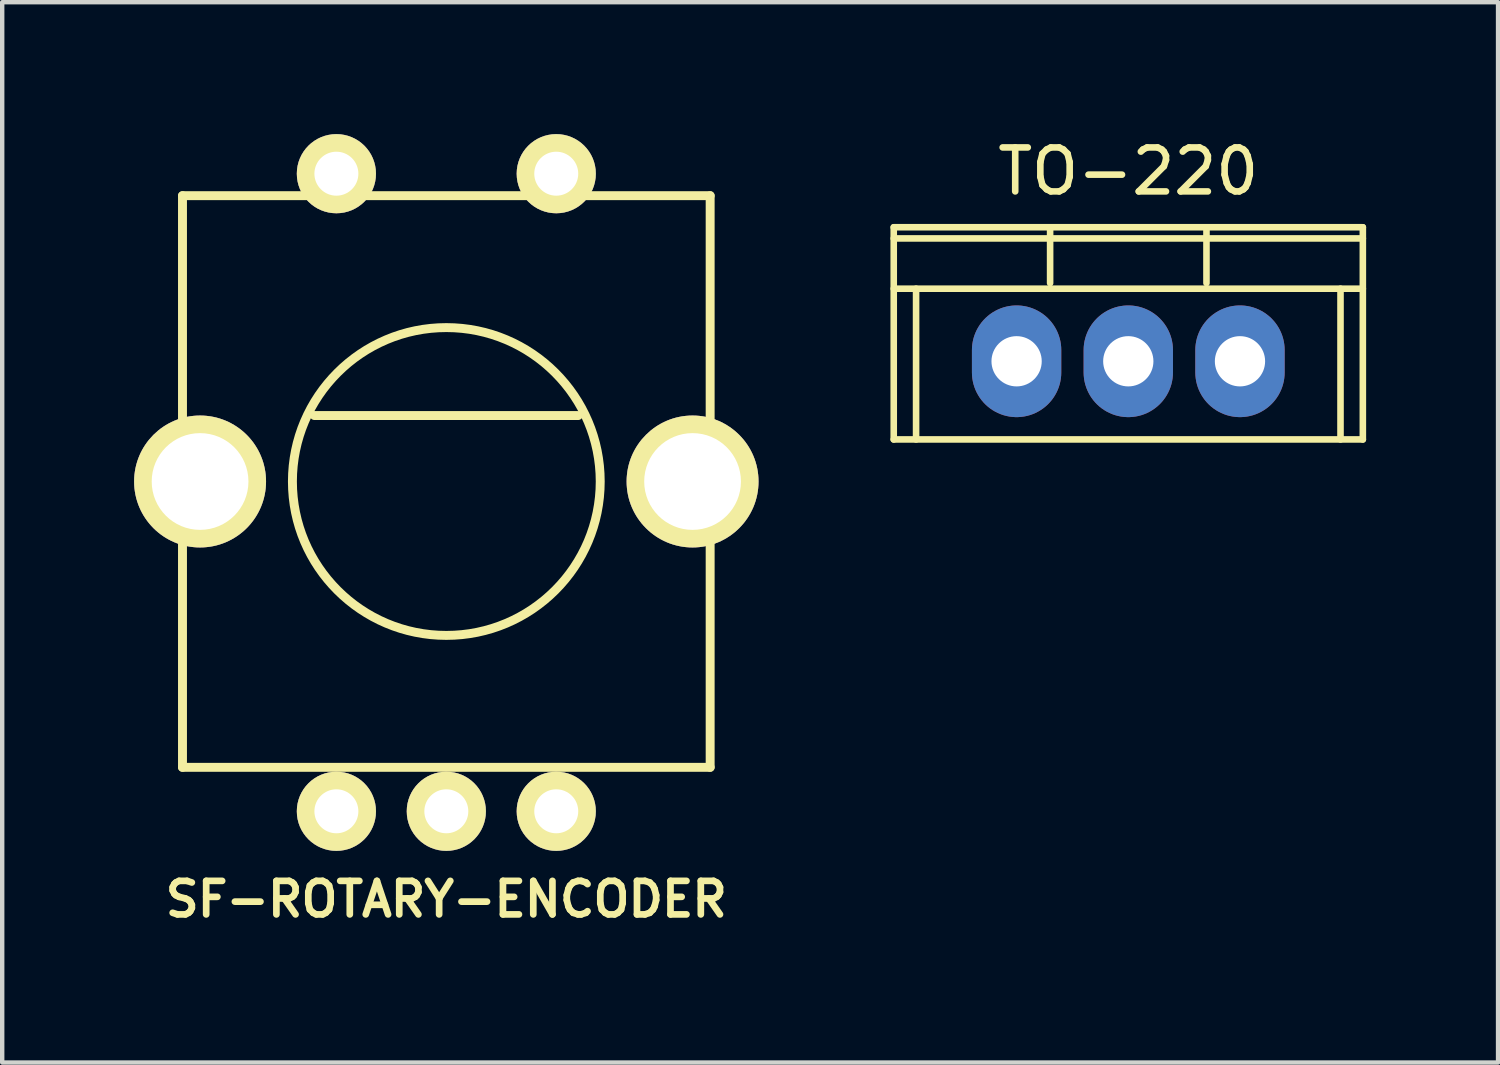
<source format=kicad_pcb>
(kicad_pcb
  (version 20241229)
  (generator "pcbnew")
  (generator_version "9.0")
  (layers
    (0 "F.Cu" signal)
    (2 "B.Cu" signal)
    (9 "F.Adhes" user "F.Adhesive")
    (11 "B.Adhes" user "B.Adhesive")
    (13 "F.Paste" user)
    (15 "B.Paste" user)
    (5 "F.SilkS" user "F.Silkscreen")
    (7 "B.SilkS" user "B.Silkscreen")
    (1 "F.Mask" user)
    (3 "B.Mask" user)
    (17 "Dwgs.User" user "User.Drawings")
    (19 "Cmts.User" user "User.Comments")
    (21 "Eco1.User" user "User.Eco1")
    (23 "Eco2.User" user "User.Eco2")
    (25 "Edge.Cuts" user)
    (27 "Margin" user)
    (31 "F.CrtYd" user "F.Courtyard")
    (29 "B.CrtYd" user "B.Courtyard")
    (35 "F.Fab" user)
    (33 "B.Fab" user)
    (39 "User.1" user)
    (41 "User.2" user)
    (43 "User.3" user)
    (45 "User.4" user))
  (footprint "SF-ROTARY-ENCODER"
    (layer "F.Cu")
    (at 7.1 7.9)
    (property "Reference" "SF-ROTARY-ENCODER" (at 0 9.5 0) (layer "F.SilkS") (effects (font (size 0.762 0.762) (thickness 0.152))))
    (attr through_hole)
    (fp_line (start -6 -6.5) (end 6 -6.5) (stroke (width 0.203) (type solid)) (layer "F.SilkS"))
    (fp_line (start -6 6.5) (end -6 -6.5) (stroke (width 0.203) (type solid)) (layer "F.SilkS"))
    (fp_line (start 3 -1.5) (end -3 -1.5) (stroke (width 0.203) (type solid)) (layer "F.SilkS"))
    (fp_line (start 6 -6.5) (end 6 6.5) (stroke (width 0.203) (type solid)) (layer "F.SilkS"))
    (fp_line (start 6 6.5) (end -6 6.5) (stroke (width 0.203) (type solid)) (layer "F.SilkS"))
    (fp_circle (center 0 0) (end 3.5 0) (stroke (width 0.203) (type solid)) (fill no) (layer "F.SilkS"))
    (pad "" thru_hole circle (at -5.6 0) (size 3 3) (drill 2.2) (layers "*.Cu" "*.Mask" "F.SilkS"))
    (pad "" thru_hole circle (at 5.6 0) (size 3 3) (drill 2.2) (layers "*.Cu" "*.Mask" "F.SilkS"))
    (pad "1" thru_hole circle (at -2.5 7.5) (size 1.8 1.8) (drill 1) (layers "*.Cu" "*.Mask" "F.SilkS"))
    (pad "2" thru_hole circle (at 0 7.5) (size 1.8 1.8) (drill 1) (layers "*.Cu" "*.Mask" "F.SilkS"))
    (pad "3" thru_hole circle (at 2.5 7.5) (size 1.8 1.8) (drill 1) (layers "*.Cu" "*.Mask" "F.SilkS"))
    (pad "4" thru_hole circle (at -2.5 -7) (size 1.8 1.8) (drill 1) (layers "*.Cu" "*.Mask" "F.SilkS"))
    (pad "5" thru_hole circle (at 2.5 -7) (size 1.8 1.8) (drill 1) (layers "*.Cu" "*.Mask" "F.SilkS")))
  (footprint "TO-220"
    (layer "F.Cu")
    (at 22.609 5.166)
    (property "Reference" "TO-220" (at 0 -4.318 0) (layer "F.SilkS") (effects (font (size 1 1) (thickness 0.15))))
    (attr through_hole)
    (fp_line (start -5.334 -3.048) (end -5.334 1.778) (stroke (width 0.15) (type solid)) (layer "F.SilkS"))
    (fp_line (start -5.334 -1.651) (end 5.334 -1.651) (stroke (width 0.15) (type solid)) (layer "F.SilkS"))
    (fp_line (start -4.826 -1.651) (end -4.826 1.778) (stroke (width 0.15) (type solid)) (layer "F.SilkS"))
    (fp_line (start -1.778 -1.778) (end -1.778 -3.048) (stroke (width 0.15) (type solid)) (layer "F.SilkS"))
    (fp_line (start 1.778 -1.778) (end 1.778 -3.048) (stroke (width 0.15) (type solid)) (layer "F.SilkS"))
    (fp_line (start 4.826 -1.651) (end 4.826 1.778) (stroke (width 0.15) (type solid)) (layer "F.SilkS"))
    (fp_line (start 5.334 -3.048) (end -5.334 -3.048) (stroke (width 0.15) (type solid)) (layer "F.SilkS"))
    (fp_line (start 5.334 -3.048) (end 5.334 1.778) (stroke (width 0.15) (type solid)) (layer "F.SilkS"))
    (fp_line (start 5.334 -2.794) (end -5.334 -2.794) (stroke (width 0.15) (type solid)) (layer "F.SilkS"))
    (fp_line (start 5.334 1.778) (end -5.334 1.778) (stroke (width 0.15) (type solid)) (layer "F.SilkS"))
    (pad "GND" thru_hole oval (at 0 0) (size 2.032 2.54) (drill 1.143) (layers "*.Cu" "*.Mask"))
    (pad "VO" thru_hole oval (at 2.54 0) (size 2.032 2.54) (drill 1.143) (layers "*.Cu" "*.Mask"))
    (pad "V_IN" thru_hole oval (at -2.54 0) (size 2.032 2.54) (drill 1.143) (layers "*.Cu" "*.Mask")))
  (gr_rect
    (start -3 -3)
    (end 31.018 21.113)
    (stroke (width 0.1) (type default))
    (fill no)
    (layer "Edge.Cuts")))
</source>
